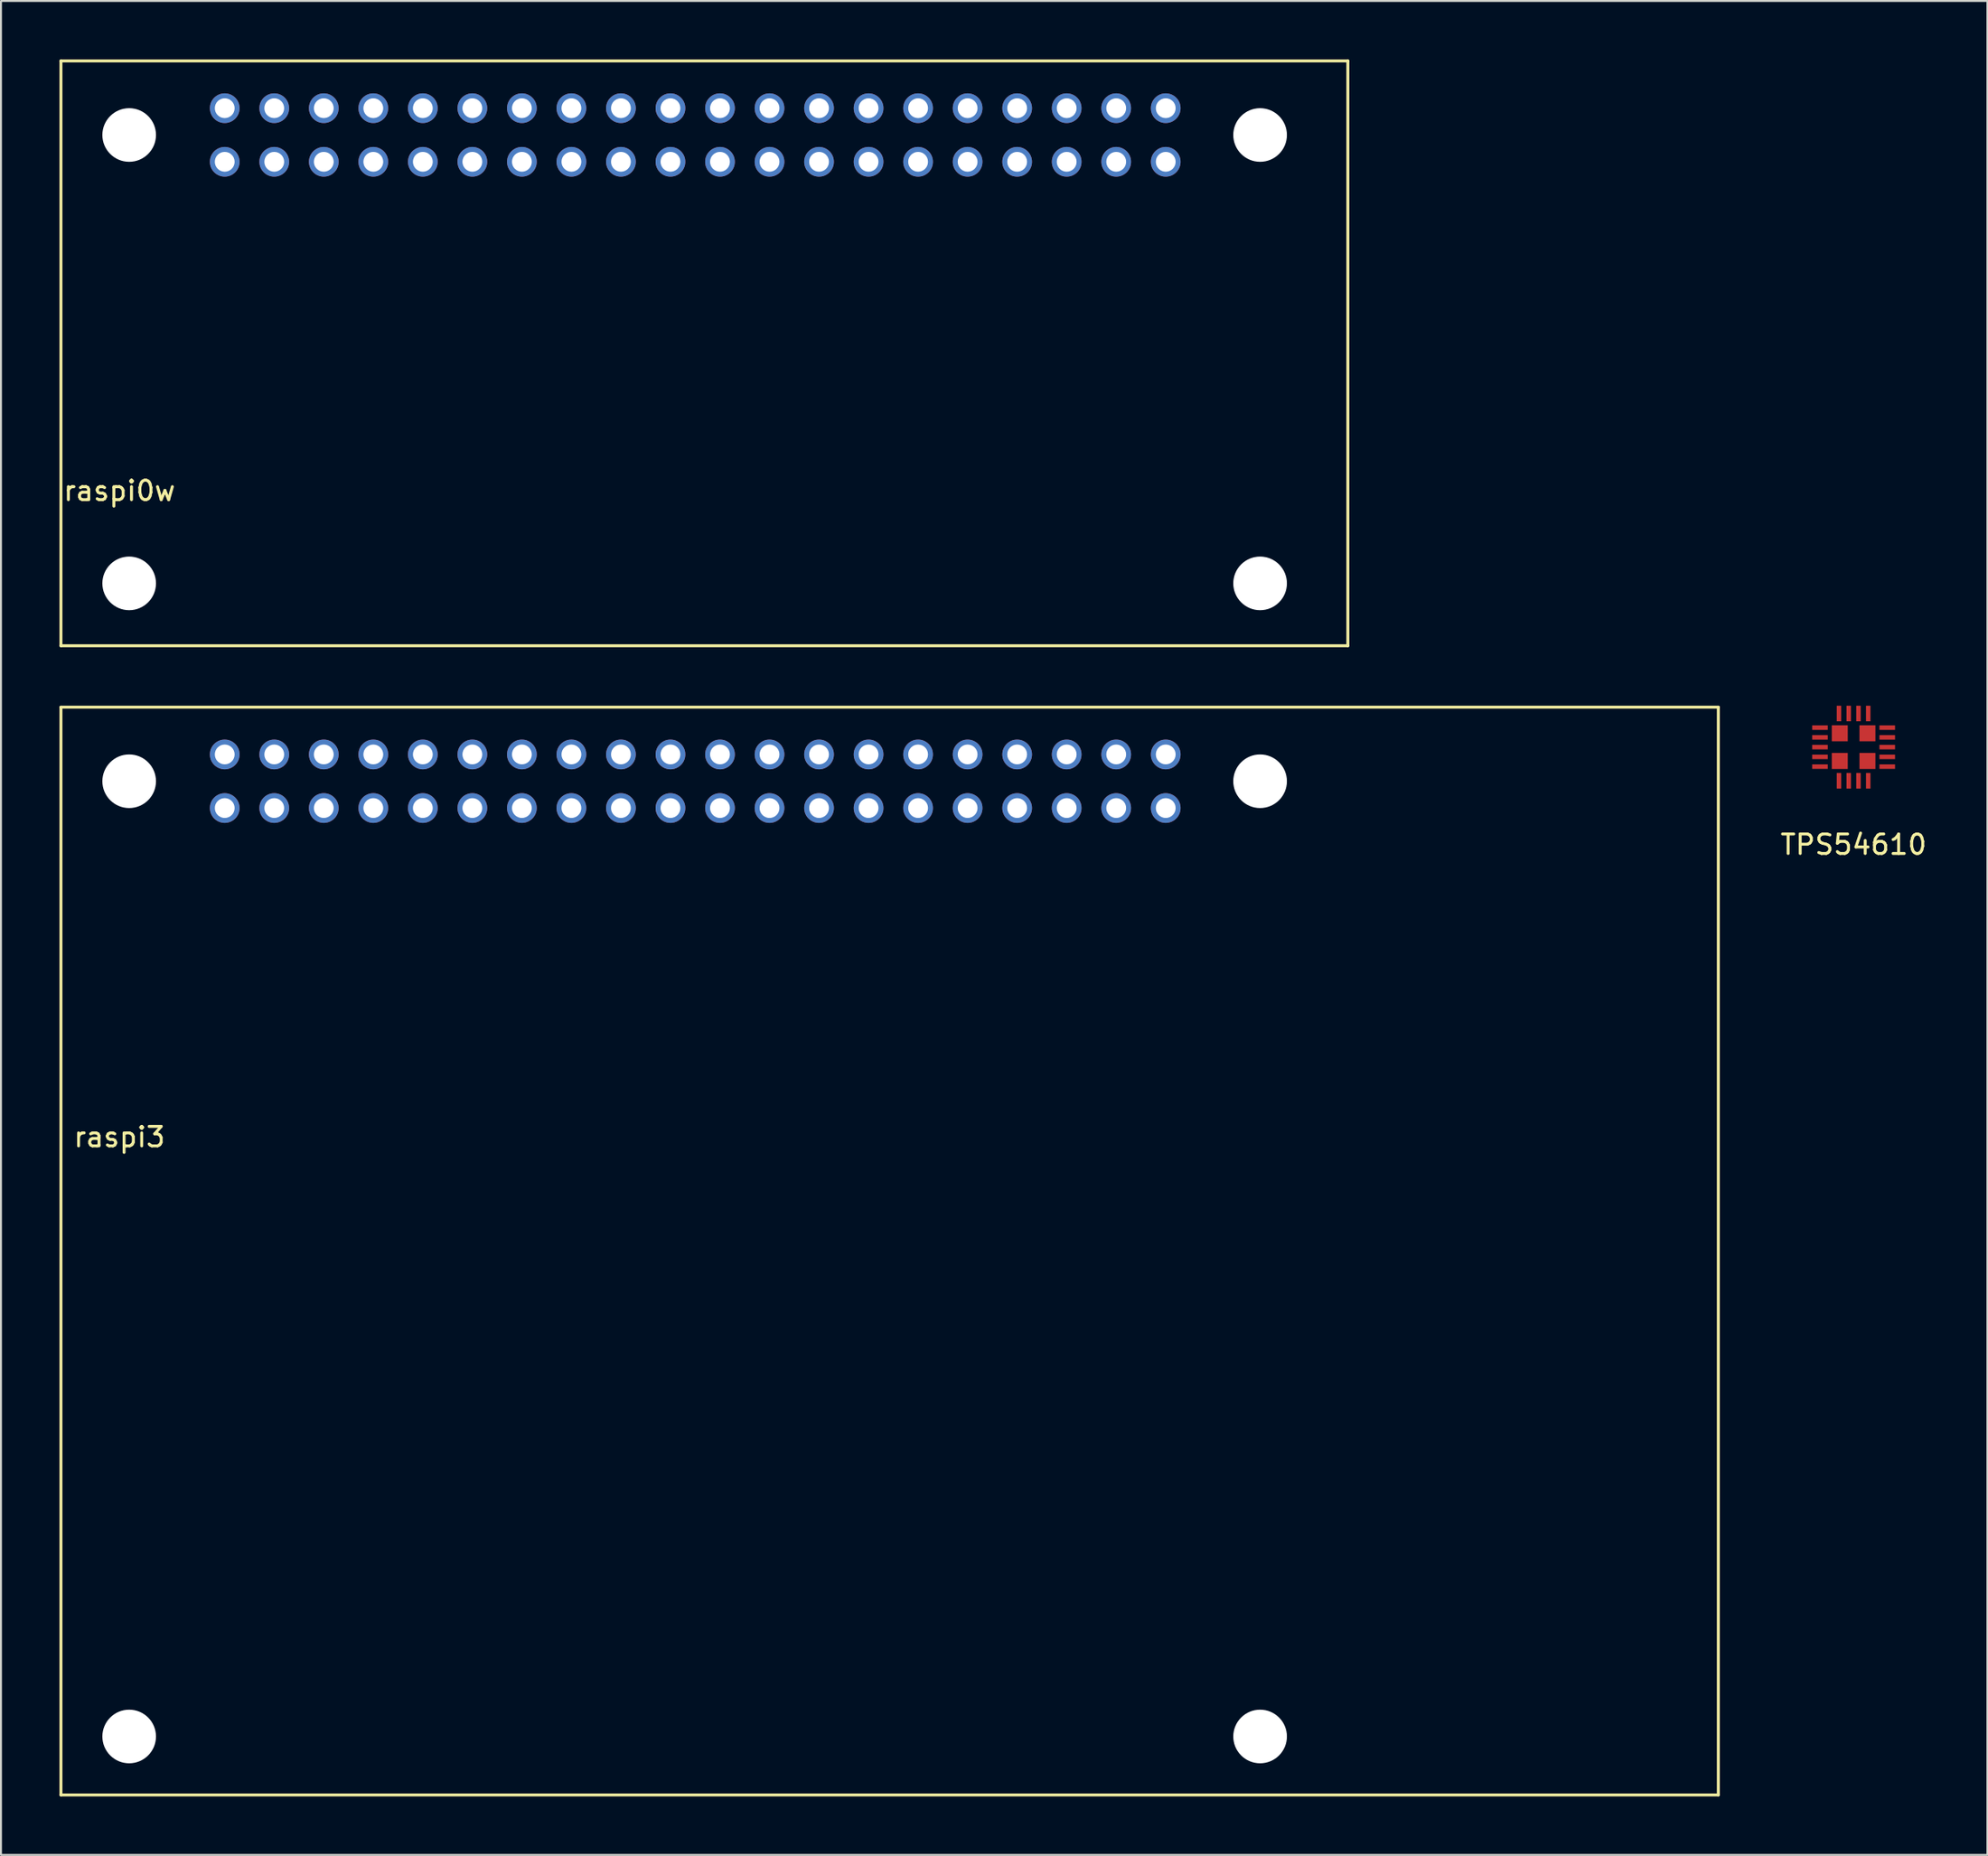
<source format=kicad_pcb>
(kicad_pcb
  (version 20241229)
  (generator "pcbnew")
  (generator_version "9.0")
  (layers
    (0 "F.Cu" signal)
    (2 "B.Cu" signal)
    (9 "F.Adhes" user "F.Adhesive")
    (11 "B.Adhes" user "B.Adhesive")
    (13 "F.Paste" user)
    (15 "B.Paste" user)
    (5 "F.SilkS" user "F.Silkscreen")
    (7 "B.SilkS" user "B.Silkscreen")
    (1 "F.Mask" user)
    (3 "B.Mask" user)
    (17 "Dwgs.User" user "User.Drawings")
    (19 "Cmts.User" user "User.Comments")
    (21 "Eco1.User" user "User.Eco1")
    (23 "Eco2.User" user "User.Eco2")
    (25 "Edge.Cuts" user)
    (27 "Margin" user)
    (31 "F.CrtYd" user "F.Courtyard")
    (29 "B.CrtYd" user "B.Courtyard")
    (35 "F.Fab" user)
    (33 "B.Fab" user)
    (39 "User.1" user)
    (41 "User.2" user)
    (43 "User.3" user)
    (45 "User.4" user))
  (footprint "TPS54610"
    (layer "F.Cu")
    (at 92.013 35.275)
    (property "Reference" "TPS54610" (at 0 5 0) (layer "F.SilkS") (effects (font (size 1 1) (thickness 0.15))))
    (attr through_hole)
    (pad "1" smd rect (at -0.75 -1.725 90) (size 0.8 0.23) (layers "F.Cu" "F.Mask" "F.Paste"))
    (pad "2" smd rect (at -1.725 -1) (size 0.8 0.23) (layers "F.Cu" "F.Mask" "F.Paste"))
    (pad "3" smd rect (at -1.725 -0.5) (size 0.8 0.23) (layers "F.Cu" "F.Mask" "F.Paste"))
    (pad "4" smd rect (at -1.725 0) (size 0.8 0.23) (layers "F.Cu" "F.Mask" "F.Paste"))
    (pad "5" smd rect (at -1.725 0.5) (size 0.8 0.23) (layers "F.Cu" "F.Mask" "F.Paste"))
    (pad "6" smd rect (at -1.725 1) (size 0.8 0.23) (layers "F.Cu" "F.Mask" "F.Paste"))
    (pad "7" smd rect (at -0.75 1.725 90) (size 0.8 0.23) (layers "F.Cu" "F.Mask" "F.Paste"))
    (pad "8" smd rect (at 0.75 1.725 90) (size 0.8 0.23) (layers "F.Cu" "F.Mask" "F.Paste"))
    (pad "9" smd rect (at 1.725 1) (size 0.8 0.23) (layers "F.Cu" "F.Mask" "F.Paste"))
    (pad "10" smd rect (at 1.725 0.5) (size 0.8 0.23) (layers "F.Cu" "F.Mask" "F.Paste"))
    (pad "11" smd rect (at 1.725 0) (size 0.8 0.23) (layers "F.Cu" "F.Mask" "F.Paste"))
    (pad "12" smd rect (at 1.725 -0.5) (size 0.8 0.23) (layers "F.Cu" "F.Mask" "F.Paste"))
    (pad "13" smd rect (at 1.725 -1) (size 0.8 0.23) (layers "F.Cu" "F.Mask" "F.Paste"))
    (pad "14" smd rect (at 0.75 -1.725 90) (size 0.8 0.23) (layers "F.Cu" "F.Mask" "F.Paste"))
    (pad "15" smd rect (at -0.71 -0.71 270) (size 0.82 0.82) (layers "F.Cu" "F.Mask" "F.Paste"))
    (pad "15" smd rect (at -0.71 0.71 270) (size 0.82 0.82) (layers "F.Cu" "F.Mask" "F.Paste"))
    (pad "15" smd rect (at -0.25 -1.725 90) (size 0.8 0.23) (layers "F.Cu" "F.Mask" "F.Paste"))
    (pad "15" smd rect (at -0.25 1.725 90) (size 0.8 0.23) (layers "F.Cu" "F.Mask" "F.Paste"))
    (pad "15" smd rect (at 0.25 -1.725 90) (size 0.8 0.23) (layers "F.Cu" "F.Mask" "F.Paste"))
    (pad "15" smd rect (at 0.25 1.725 90) (size 0.8 0.23) (layers "F.Cu" "F.Mask" "F.Paste"))
    (pad "15" smd rect (at 0.71 -0.71 270) (size 0.82 0.82) (layers "F.Cu" "F.Mask" "F.Paste"))
    (pad "15" smd rect (at 0.71 0.71 270) (size 0.82 0.82) (layers "F.Cu" "F.Mask" "F.Paste")))
  (footprint "raspi0w"
    (layer "F.Cu")
    (at 3.575 26.875)
    (property "Reference" "raspi0w" (at -0.5 -4.75 0) (layer "F.SilkS") (effects (font (size 1 1) (thickness 0.15))))
    (attr through_hole)
    (fp_line (start -3.5 -26.8) (end -3.5 3.2) (stroke (width 0.15) (type solid)) (layer "F.SilkS"))
    (fp_line (start -3.5 -26.8) (end 62.5 -26.8) (stroke (width 0.15) (type solid)) (layer "F.SilkS"))
    (fp_line (start -3.5 3.2) (end 62.5 3.2) (stroke (width 0.15) (type solid)) (layer "F.SilkS"))
    (fp_line (start 62.5 -26.8) (end 62.5 3.2) (stroke (width 0.15) (type solid)) (layer "F.SilkS"))
    (pad "" np_thru_hole circle (at 0 -23) (size 2.75 2.75) (drill 2.75) (layers "*.Cu" "*.Mask"))
    (pad "" np_thru_hole circle (at 0 0) (size 2.75 2.75) (drill 2.75) (layers "*.Cu" "*.Mask"))
    (pad "" np_thru_hole circle (at 58 -23) (size 2.75 2.75) (drill 2.75) (layers "*.Cu" "*.Mask"))
    (pad "" np_thru_hole circle (at 58 0) (size 2.75 2.75) (drill 2.75) (layers "*.Cu" "*.Mask"))
    (pad "1" thru_hole circle (at 4.9 -21.625) (size 1.524 1.524) (drill 1.016) (layers "*.Cu" "*.Mask"))
    (pad "2" thru_hole circle (at 4.9 -24.375) (size 1.524 1.524) (drill 1.016) (layers "*.Cu" "*.Mask"))
    (pad "3" thru_hole circle (at 7.44 -21.625) (size 1.524 1.524) (drill 1.016) (layers "*.Cu" "*.Mask"))
    (pad "4" thru_hole circle (at 7.44 -24.375) (size 1.524 1.524) (drill 1.016) (layers "*.Cu" "*.Mask"))
    (pad "5" thru_hole circle (at 9.98 -21.625) (size 1.524 1.524) (drill 1.016) (layers "*.Cu" "*.Mask"))
    (pad "6" thru_hole circle (at 9.98 -24.375) (size 1.524 1.524) (drill 1.016) (layers "*.Cu" "*.Mask"))
    (pad "7" thru_hole circle (at 12.52 -21.625) (size 1.524 1.524) (drill 1.016) (layers "*.Cu" "*.Mask"))
    (pad "8" thru_hole circle (at 12.52 -24.375) (size 1.524 1.524) (drill 1.016) (layers "*.Cu" "*.Mask"))
    (pad "9" thru_hole circle (at 15.06 -21.625) (size 1.524 1.524) (drill 1.016) (layers "*.Cu" "*.Mask"))
    (pad "10" thru_hole circle (at 15.06 -24.375) (size 1.524 1.524) (drill 1.016) (layers "*.Cu" "*.Mask"))
    (pad "11" thru_hole circle (at 17.6 -21.625) (size 1.524 1.524) (drill 1.016) (layers "*.Cu" "*.Mask"))
    (pad "12" thru_hole circle (at 17.6 -24.375) (size 1.524 1.524) (drill 1.016) (layers "*.Cu" "*.Mask"))
    (pad "13" thru_hole circle (at 20.14 -21.625) (size 1.524 1.524) (drill 1.016) (layers "*.Cu" "*.Mask"))
    (pad "14" thru_hole circle (at 20.14 -24.375) (size 1.524 1.524) (drill 1.016) (layers "*.Cu" "*.Mask"))
    (pad "15" thru_hole circle (at 22.68 -21.625) (size 1.524 1.524) (drill 1.016) (layers "*.Cu" "*.Mask"))
    (pad "16" thru_hole circle (at 22.68 -24.375) (size 1.524 1.524) (drill 1.016) (layers "*.Cu" "*.Mask"))
    (pad "17" thru_hole circle (at 25.22 -21.625) (size 1.524 1.524) (drill 1.016) (layers "*.Cu" "*.Mask"))
    (pad "18" thru_hole circle (at 25.22 -24.375) (size 1.524 1.524) (drill 1.016) (layers "*.Cu" "*.Mask"))
    (pad "19" thru_hole circle (at 27.76 -21.625) (size 1.524 1.524) (drill 1.016) (layers "*.Cu" "*.Mask"))
    (pad "20" thru_hole circle (at 27.76 -24.375) (size 1.524 1.524) (drill 1.016) (layers "*.Cu" "*.Mask"))
    (pad "21" thru_hole circle (at 30.3 -21.625) (size 1.524 1.524) (drill 1.016) (layers "*.Cu" "*.Mask"))
    (pad "22" thru_hole circle (at 30.3 -24.375) (size 1.524 1.524) (drill 1.016) (layers "*.Cu" "*.Mask"))
    (pad "23" thru_hole circle (at 32.84 -21.625) (size 1.524 1.524) (drill 1.016) (layers "*.Cu" "*.Mask"))
    (pad "24" thru_hole circle (at 32.84 -24.375) (size 1.524 1.524) (drill 1.016) (layers "*.Cu" "*.Mask"))
    (pad "25" thru_hole circle (at 35.38 -21.625) (size 1.524 1.524) (drill 1.016) (layers "*.Cu" "*.Mask"))
    (pad "26" thru_hole circle (at 35.38 -24.375) (size 1.524 1.524) (drill 1.016) (layers "*.Cu" "*.Mask"))
    (pad "27" thru_hole circle (at 37.92 -21.625) (size 1.524 1.524) (drill 1.016) (layers "*.Cu" "*.Mask"))
    (pad "28" thru_hole circle (at 37.92 -24.375) (size 1.524 1.524) (drill 1.016) (layers "*.Cu" "*.Mask"))
    (pad "29" thru_hole circle (at 40.46 -21.625) (size 1.524 1.524) (drill 1.016) (layers "*.Cu" "*.Mask"))
    (pad "30" thru_hole circle (at 40.46 -24.375) (size 1.524 1.524) (drill 1.016) (layers "*.Cu" "*.Mask"))
    (pad "31" thru_hole circle (at 43 -21.625) (size 1.524 1.524) (drill 1.016) (layers "*.Cu" "*.Mask"))
    (pad "32" thru_hole circle (at 43 -24.375) (size 1.524 1.524) (drill 1.016) (layers "*.Cu" "*.Mask"))
    (pad "33" thru_hole circle (at 45.54 -21.625) (size 1.524 1.524) (drill 1.016) (layers "*.Cu" "*.Mask"))
    (pad "34" thru_hole circle (at 45.54 -24.375) (size 1.524 1.524) (drill 1.016) (layers "*.Cu" "*.Mask"))
    (pad "35" thru_hole circle (at 48.08 -21.625) (size 1.524 1.524) (drill 1.016) (layers "*.Cu" "*.Mask"))
    (pad "36" thru_hole circle (at 48.08 -24.375) (size 1.524 1.524) (drill 1.016) (layers "*.Cu" "*.Mask"))
    (pad "37" thru_hole circle (at 50.62 -21.625) (size 1.524 1.524) (drill 1.016) (layers "*.Cu" "*.Mask"))
    (pad "38" thru_hole circle (at 50.62 -24.375) (size 1.524 1.524) (drill 1.016) (layers "*.Cu" "*.Mask"))
    (pad "39" thru_hole circle (at 53.16 -21.625) (size 1.524 1.524) (drill 1.016) (layers "*.Cu" "*.Mask"))
    (pad "40" thru_hole circle (at 53.16 -24.375) (size 1.524 1.524) (drill 1.016) (layers "*.Cu" "*.Mask")))
  (footprint "raspi3"
    (layer "F.Cu")
    (at 3.575 60.025)
    (property "Reference" "raspi3" (at -0.5 -4.75 0) (layer "F.SilkS") (effects (font (size 1 1) (thickness 0.15))))
    (attr through_hole)
    (fp_line (start -3.5 -26.8) (end -3.5 29) (stroke (width 0.15) (type solid)) (layer "F.SilkS"))
    (fp_line (start -3.5 -26.8) (end 81.5 -26.8) (stroke (width 0.15) (type solid)) (layer "F.SilkS"))
    (fp_line (start -3.5 29) (end 81.5 29) (stroke (width 0.15) (type solid)) (layer "F.SilkS"))
    (fp_line (start 81.5 -26.8) (end 81.5 29) (stroke (width 0.15) (type solid)) (layer "F.SilkS"))
    (pad "" np_thru_hole circle (at 0 -23) (size 2.75 2.75) (drill 2.75) (layers "*.Cu" "*.Mask"))
    (pad "" np_thru_hole circle (at 0 26) (size 2.75 2.75) (drill 2.75) (layers "*.Cu" "*.Mask"))
    (pad "" np_thru_hole circle (at 58 -23) (size 2.75 2.75) (drill 2.75) (layers "*.Cu" "*.Mask"))
    (pad "" np_thru_hole circle (at 58 26) (size 2.75 2.75) (drill 2.75) (layers "*.Cu" "*.Mask"))
    (pad "1" thru_hole circle (at 4.9 -21.625) (size 1.524 1.524) (drill 1.016) (layers "*.Cu" "*.Mask"))
    (pad "2" thru_hole circle (at 4.9 -24.375) (size 1.524 1.524) (drill 1.016) (layers "*.Cu" "*.Mask"))
    (pad "3" thru_hole circle (at 7.44 -21.625) (size 1.524 1.524) (drill 1.016) (layers "*.Cu" "*.Mask"))
    (pad "4" thru_hole circle (at 7.44 -24.375) (size 1.524 1.524) (drill 1.016) (layers "*.Cu" "*.Mask"))
    (pad "5" thru_hole circle (at 9.98 -21.625) (size 1.524 1.524) (drill 1.016) (layers "*.Cu" "*.Mask"))
    (pad "6" thru_hole circle (at 9.98 -24.375) (size 1.524 1.524) (drill 1.016) (layers "*.Cu" "*.Mask"))
    (pad "7" thru_hole circle (at 12.52 -21.625) (size 1.524 1.524) (drill 1.016) (layers "*.Cu" "*.Mask"))
    (pad "8" thru_hole circle (at 12.52 -24.375) (size 1.524 1.524) (drill 1.016) (layers "*.Cu" "*.Mask"))
    (pad "9" thru_hole circle (at 15.06 -21.625) (size 1.524 1.524) (drill 1.016) (layers "*.Cu" "*.Mask"))
    (pad "10" thru_hole circle (at 15.06 -24.375) (size 1.524 1.524) (drill 1.016) (layers "*.Cu" "*.Mask"))
    (pad "11" thru_hole circle (at 17.6 -21.625) (size 1.524 1.524) (drill 1.016) (layers "*.Cu" "*.Mask"))
    (pad "12" thru_hole circle (at 17.6 -24.375) (size 1.524 1.524) (drill 1.016) (layers "*.Cu" "*.Mask"))
    (pad "13" thru_hole circle (at 20.14 -21.625) (size 1.524 1.524) (drill 1.016) (layers "*.Cu" "*.Mask"))
    (pad "14" thru_hole circle (at 20.14 -24.375) (size 1.524 1.524) (drill 1.016) (layers "*.Cu" "*.Mask"))
    (pad "15" thru_hole circle (at 22.68 -21.625) (size 1.524 1.524) (drill 1.016) (layers "*.Cu" "*.Mask"))
    (pad "16" thru_hole circle (at 22.68 -24.375) (size 1.524 1.524) (drill 1.016) (layers "*.Cu" "*.Mask"))
    (pad "17" thru_hole circle (at 25.22 -21.625) (size 1.524 1.524) (drill 1.016) (layers "*.Cu" "*.Mask"))
    (pad "18" thru_hole circle (at 25.22 -24.375) (size 1.524 1.524) (drill 1.016) (layers "*.Cu" "*.Mask"))
    (pad "19" thru_hole circle (at 27.76 -21.625) (size 1.524 1.524) (drill 1.016) (layers "*.Cu" "*.Mask"))
    (pad "20" thru_hole circle (at 27.76 -24.375) (size 1.524 1.524) (drill 1.016) (layers "*.Cu" "*.Mask"))
    (pad "21" thru_hole circle (at 30.3 -21.625) (size 1.524 1.524) (drill 1.016) (layers "*.Cu" "*.Mask"))
    (pad "22" thru_hole circle (at 30.3 -24.375) (size 1.524 1.524) (drill 1.016) (layers "*.Cu" "*.Mask"))
    (pad "23" thru_hole circle (at 32.84 -21.625) (size 1.524 1.524) (drill 1.016) (layers "*.Cu" "*.Mask"))
    (pad "24" thru_hole circle (at 32.84 -24.375) (size 1.524 1.524) (drill 1.016) (layers "*.Cu" "*.Mask"))
    (pad "25" thru_hole circle (at 35.38 -21.625) (size 1.524 1.524) (drill 1.016) (layers "*.Cu" "*.Mask"))
    (pad "26" thru_hole circle (at 35.38 -24.375) (size 1.524 1.524) (drill 1.016) (layers "*.Cu" "*.Mask"))
    (pad "27" thru_hole circle (at 37.92 -21.625) (size 1.524 1.524) (drill 1.016) (layers "*.Cu" "*.Mask"))
    (pad "28" thru_hole circle (at 37.92 -24.375) (size 1.524 1.524) (drill 1.016) (layers "*.Cu" "*.Mask"))
    (pad "29" thru_hole circle (at 40.46 -21.625) (size 1.524 1.524) (drill 1.016) (layers "*.Cu" "*.Mask"))
    (pad "30" thru_hole circle (at 40.46 -24.375) (size 1.524 1.524) (drill 1.016) (layers "*.Cu" "*.Mask"))
    (pad "31" thru_hole circle (at 43 -21.625) (size 1.524 1.524) (drill 1.016) (layers "*.Cu" "*.Mask"))
    (pad "32" thru_hole circle (at 43 -24.375) (size 1.524 1.524) (drill 1.016) (layers "*.Cu" "*.Mask"))
    (pad "33" thru_hole circle (at 45.54 -21.625) (size 1.524 1.524) (drill 1.016) (layers "*.Cu" "*.Mask"))
    (pad "34" thru_hole circle (at 45.54 -24.375) (size 1.524 1.524) (drill 1.016) (layers "*.Cu" "*.Mask"))
    (pad "35" thru_hole circle (at 48.08 -21.625) (size 1.524 1.524) (drill 1.016) (layers "*.Cu" "*.Mask"))
    (pad "36" thru_hole circle (at 48.08 -24.375) (size 1.524 1.524) (drill 1.016) (layers "*.Cu" "*.Mask"))
    (pad "37" thru_hole circle (at 50.62 -21.625) (size 1.524 1.524) (drill 1.016) (layers "*.Cu" "*.Mask"))
    (pad "38" thru_hole circle (at 50.62 -24.375) (size 1.524 1.524) (drill 1.016) (layers "*.Cu" "*.Mask"))
    (pad "39" thru_hole circle (at 53.16 -21.625) (size 1.524 1.524) (drill 1.016) (layers "*.Cu" "*.Mask"))
    (pad "40" thru_hole circle (at 53.16 -24.375) (size 1.524 1.524) (drill 1.016) (layers "*.Cu" "*.Mask")))
  (gr_rect
    (start -3 -3)
    (end 98.876 92.1)
    (stroke (width 0.1) (type default))
    (fill no)
    (layer "Edge.Cuts")))
</source>
